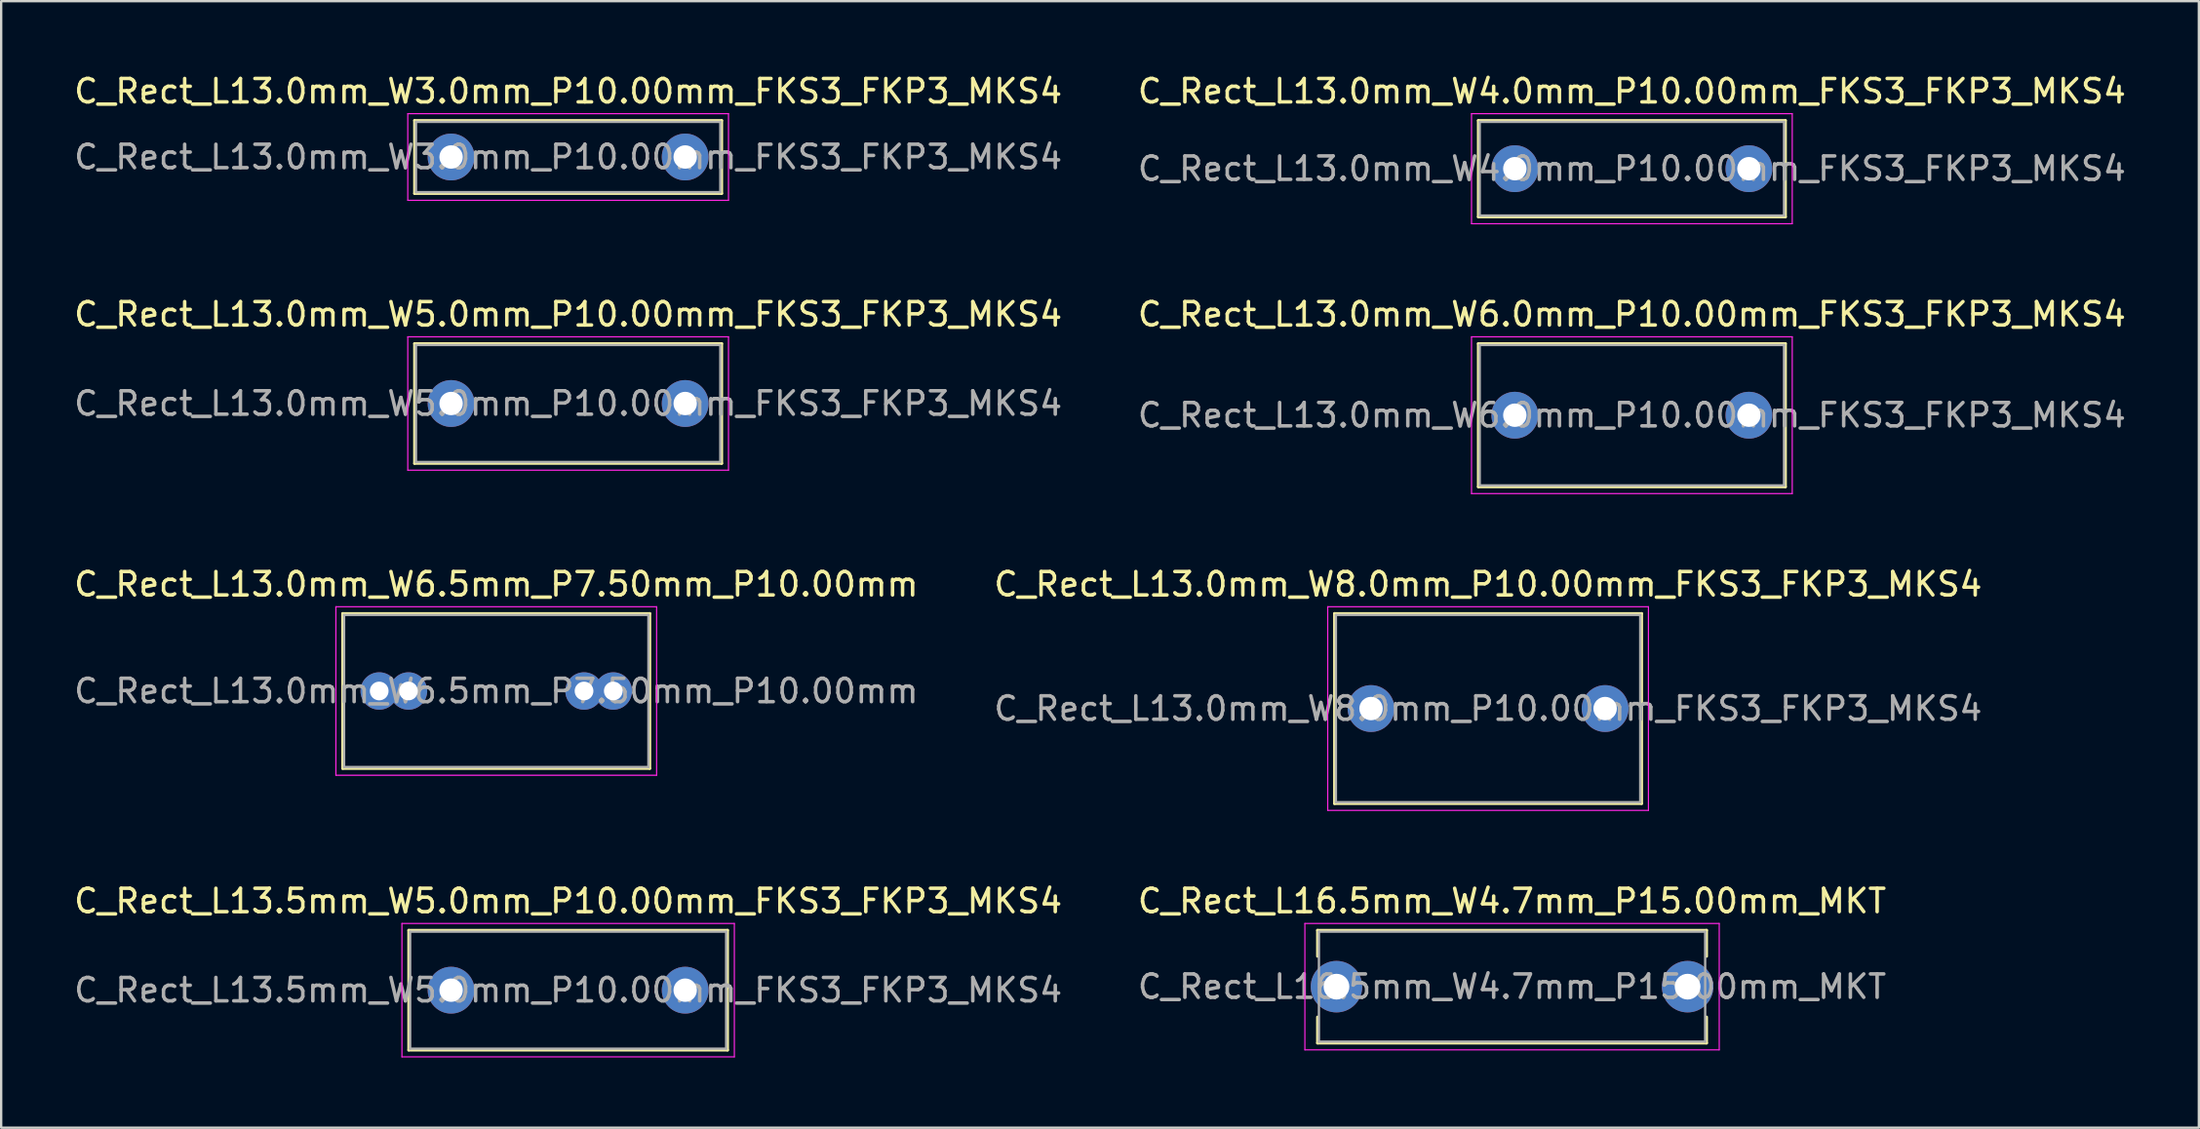
<source format=kicad_pcb>
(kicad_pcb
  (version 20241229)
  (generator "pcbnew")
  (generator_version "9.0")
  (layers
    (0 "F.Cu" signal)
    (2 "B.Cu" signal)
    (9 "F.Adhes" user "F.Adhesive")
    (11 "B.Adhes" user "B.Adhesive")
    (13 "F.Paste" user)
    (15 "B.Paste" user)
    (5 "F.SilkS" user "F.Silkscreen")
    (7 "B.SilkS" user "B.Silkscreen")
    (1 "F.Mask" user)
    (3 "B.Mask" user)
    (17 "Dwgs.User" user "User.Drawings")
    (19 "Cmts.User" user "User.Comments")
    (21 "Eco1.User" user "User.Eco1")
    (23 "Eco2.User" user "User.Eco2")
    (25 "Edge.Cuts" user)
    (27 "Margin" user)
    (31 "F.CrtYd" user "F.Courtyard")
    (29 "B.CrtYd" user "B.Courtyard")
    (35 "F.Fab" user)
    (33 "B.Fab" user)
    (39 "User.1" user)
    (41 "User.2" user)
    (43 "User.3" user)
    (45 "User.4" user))
  (footprint "C_Rect_L13.5mm_W5.0mm_P10.00mm_FKS3_FKP3_MKS4"
    (layer "F.Cu")
    (at 16.22 39.258)
    (property "Reference" "C_Rect_L13.5mm_W5.0mm_P10.00mm_FKS3_FKP3_MKS4" (at 5 -3.81 0) (layer "F.SilkS") (effects (font (size 1 1) (thickness 0.15))))
    (attr through_hole)
    (fp_line (start -1.81 -2.56) (end -1.81 2.56) (stroke (width 0.12) (type solid)) (layer "F.SilkS"))
    (fp_line (start -1.81 -2.56) (end 11.81 -2.56) (stroke (width 0.12) (type solid)) (layer "F.SilkS"))
    (fp_line (start -1.81 2.56) (end 11.81 2.56) (stroke (width 0.12) (type solid)) (layer "F.SilkS"))
    (fp_line (start 11.81 -2.56) (end 11.81 2.56) (stroke (width 0.12) (type solid)) (layer "F.SilkS"))
    (fp_line (start -2.1 -2.85) (end -2.1 2.85) (stroke (width 0.05) (type solid)) (layer "F.CrtYd"))
    (fp_line (start -2.1 2.85) (end 12.1 2.85) (stroke (width 0.05) (type solid)) (layer "F.CrtYd"))
    (fp_line (start 12.1 -2.85) (end -2.1 -2.85) (stroke (width 0.05) (type solid)) (layer "F.CrtYd"))
    (fp_line (start 12.1 2.85) (end 12.1 -2.85) (stroke (width 0.05) (type solid)) (layer "F.CrtYd"))
    (fp_line (start -1.75 -2.5) (end -1.75 2.5) (stroke (width 0.1) (type solid)) (layer "F.Fab"))
    (fp_line (start -1.75 2.5) (end 11.75 2.5) (stroke (width 0.1) (type solid)) (layer "F.Fab"))
    (fp_line (start 11.75 -2.5) (end -1.75 -2.5) (stroke (width 0.1) (type solid)) (layer "F.Fab"))
    (fp_line (start 11.75 2.5) (end 11.75 -2.5) (stroke (width 0.1) (type solid)) (layer "F.Fab"))
    (fp_text user "${REFERENCE}" (at 5 0 0) (layer "F.Fab") (effects (font (size 1 1) (thickness 0.15))))
    (pad "1" thru_hole circle (at 0 0) (size 2 2) (drill 1) (layers "*.Cu" "*.Mask"))
    (pad "2" thru_hole circle (at 10 0) (size 2 2) (drill 1) (layers "*.Cu" "*.Mask")))
  (footprint "C_Rect_L16.5mm_W4.7mm_P15.00mm_MKT"
    (layer "F.Cu")
    (at 54.042 39.108)
    (property "Reference" "C_Rect_L16.5mm_W4.7mm_P15.00mm_MKT" (at 7.5 -3.66 0) (layer "F.SilkS") (effects (font (size 1 1) (thickness 0.15))))
    (attr through_hole)
    (fp_line (start -0.81 -2.41) (end -0.81 -1.296) (stroke (width 0.12) (type solid)) (layer "F.SilkS"))
    (fp_line (start -0.81 -2.41) (end 15.81 -2.41) (stroke (width 0.12) (type solid)) (layer "F.SilkS"))
    (fp_line (start -0.81 1.296) (end -0.81 2.41) (stroke (width 0.12) (type solid)) (layer "F.SilkS"))
    (fp_line (start -0.81 2.41) (end 15.81 2.41) (stroke (width 0.12) (type solid)) (layer "F.SilkS"))
    (fp_line (start 15.81 -2.41) (end 15.81 -1.296) (stroke (width 0.12) (type solid)) (layer "F.SilkS"))
    (fp_line (start 15.81 1.296) (end 15.81 2.41) (stroke (width 0.12) (type solid)) (layer "F.SilkS"))
    (fp_line (start -1.35 -2.7) (end -1.35 2.7) (stroke (width 0.05) (type solid)) (layer "F.CrtYd"))
    (fp_line (start -1.35 2.7) (end 16.35 2.7) (stroke (width 0.05) (type solid)) (layer "F.CrtYd"))
    (fp_line (start 16.35 -2.7) (end -1.35 -2.7) (stroke (width 0.05) (type solid)) (layer "F.CrtYd"))
    (fp_line (start 16.35 2.7) (end 16.35 -2.7) (stroke (width 0.05) (type solid)) (layer "F.CrtYd"))
    (fp_line (start -0.75 -2.35) (end -0.75 2.35) (stroke (width 0.1) (type solid)) (layer "F.Fab"))
    (fp_line (start -0.75 2.35) (end 15.75 2.35) (stroke (width 0.1) (type solid)) (layer "F.Fab"))
    (fp_line (start 15.75 -2.35) (end -0.75 -2.35) (stroke (width 0.1) (type solid)) (layer "F.Fab"))
    (fp_line (start 15.75 2.35) (end 15.75 -2.35) (stroke (width 0.1) (type solid)) (layer "F.Fab"))
    (fp_text user "${REFERENCE}" (at 7.5 0 0) (layer "F.Fab") (effects (font (size 1 1) (thickness 0.15))))
    (pad "1" thru_hole circle (at 0 0) (size 2.2 2.2) (drill 1.1) (layers "*.Cu" "*.Mask"))
    (pad "2" thru_hole circle (at 15 0) (size 2.2 2.2) (drill 1.1) (layers "*.Cu" "*.Mask")))
  (footprint "C_Rect_L13.0mm_W4.0mm_P10.00mm_FKS3_FKP3_MKS4"
    (layer "F.Cu")
    (at 61.661 4.158)
    (property "Reference" "C_Rect_L13.0mm_W4.0mm_P10.00mm_FKS3_FKP3_MKS4" (at 5 -3.31 0) (layer "F.SilkS") (effects (font (size 1 1) (thickness 0.15))))
    (attr through_hole)
    (fp_line (start -1.56 -2.06) (end -1.56 2.06) (stroke (width 0.12) (type solid)) (layer "F.SilkS"))
    (fp_line (start -1.56 -2.06) (end 11.56 -2.06) (stroke (width 0.12) (type solid)) (layer "F.SilkS"))
    (fp_line (start -1.56 2.06) (end 11.56 2.06) (stroke (width 0.12) (type solid)) (layer "F.SilkS"))
    (fp_line (start 11.56 -2.06) (end 11.56 2.06) (stroke (width 0.12) (type solid)) (layer "F.SilkS"))
    (fp_line (start -1.85 -2.35) (end -1.85 2.35) (stroke (width 0.05) (type solid)) (layer "F.CrtYd"))
    (fp_line (start -1.85 2.35) (end 11.85 2.35) (stroke (width 0.05) (type solid)) (layer "F.CrtYd"))
    (fp_line (start 11.85 -2.35) (end -1.85 -2.35) (stroke (width 0.05) (type solid)) (layer "F.CrtYd"))
    (fp_line (start 11.85 2.35) (end 11.85 -2.35) (stroke (width 0.05) (type solid)) (layer "F.CrtYd"))
    (fp_line (start -1.5 -2) (end -1.5 2) (stroke (width 0.1) (type solid)) (layer "F.Fab"))
    (fp_line (start -1.5 2) (end 11.5 2) (stroke (width 0.1) (type solid)) (layer "F.Fab"))
    (fp_line (start 11.5 -2) (end -1.5 -2) (stroke (width 0.1) (type solid)) (layer "F.Fab"))
    (fp_line (start 11.5 2) (end 11.5 -2) (stroke (width 0.1) (type solid)) (layer "F.Fab"))
    (fp_text user "${REFERENCE}" (at 5 0 0) (layer "F.Fab") (effects (font (size 1 1) (thickness 0.15))))
    (pad "1" thru_hole circle (at 0 0) (size 2 2) (drill 1) (layers "*.Cu" "*.Mask"))
    (pad "2" thru_hole circle (at 10 0) (size 2 2) (drill 1) (layers "*.Cu" "*.Mask")))
  (footprint "C_Rect_L13.0mm_W5.0mm_P10.00mm_FKS3_FKP3_MKS4"
    (layer "F.Cu")
    (at 16.22 14.191)
    (property "Reference" "C_Rect_L13.0mm_W5.0mm_P10.00mm_FKS3_FKP3_MKS4" (at 5 -3.81 0) (layer "F.SilkS") (effects (font (size 1 1) (thickness 0.15))))
    (attr through_hole)
    (fp_line (start -1.56 -2.56) (end -1.56 2.56) (stroke (width 0.12) (type solid)) (layer "F.SilkS"))
    (fp_line (start -1.56 -2.56) (end 11.56 -2.56) (stroke (width 0.12) (type solid)) (layer "F.SilkS"))
    (fp_line (start -1.56 2.56) (end 11.56 2.56) (stroke (width 0.12) (type solid)) (layer "F.SilkS"))
    (fp_line (start 11.56 -2.56) (end 11.56 2.56) (stroke (width 0.12) (type solid)) (layer "F.SilkS"))
    (fp_line (start -1.85 -2.85) (end -1.85 2.85) (stroke (width 0.05) (type solid)) (layer "F.CrtYd"))
    (fp_line (start -1.85 2.85) (end 11.85 2.85) (stroke (width 0.05) (type solid)) (layer "F.CrtYd"))
    (fp_line (start 11.85 -2.85) (end -1.85 -2.85) (stroke (width 0.05) (type solid)) (layer "F.CrtYd"))
    (fp_line (start 11.85 2.85) (end 11.85 -2.85) (stroke (width 0.05) (type solid)) (layer "F.CrtYd"))
    (fp_line (start -1.5 -2.5) (end -1.5 2.5) (stroke (width 0.1) (type solid)) (layer "F.Fab"))
    (fp_line (start -1.5 2.5) (end 11.5 2.5) (stroke (width 0.1) (type solid)) (layer "F.Fab"))
    (fp_line (start 11.5 -2.5) (end -1.5 -2.5) (stroke (width 0.1) (type solid)) (layer "F.Fab"))
    (fp_line (start 11.5 2.5) (end 11.5 -2.5) (stroke (width 0.1) (type solid)) (layer "F.Fab"))
    (fp_text user "${REFERENCE}" (at 5 0 0) (layer "F.Fab") (effects (font (size 1 1) (thickness 0.15))))
    (pad "1" thru_hole circle (at 0 0) (size 2 2) (drill 1) (layers "*.Cu" "*.Mask"))
    (pad "2" thru_hole circle (at 10 0) (size 2 2) (drill 1) (layers "*.Cu" "*.Mask")))
  (footprint "C_Rect_L13.0mm_W6.5mm_P7.50mm_P10.00mm"
    (layer "F.Cu")
    (at 13.149 26.475)
    (property "Reference" "C_Rect_L13.0mm_W6.5mm_P7.50mm_P10.00mm" (at 5 -4.56 0) (layer "F.SilkS") (effects (font (size 1 1) (thickness 0.15))))
    (attr through_hole)
    (fp_line (start -1.56 -3.31) (end -1.56 3.31) (stroke (width 0.12) (type solid)) (layer "F.SilkS"))
    (fp_line (start -1.56 -3.31) (end 11.56 -3.31) (stroke (width 0.12) (type solid)) (layer "F.SilkS"))
    (fp_line (start -1.56 3.31) (end 11.56 3.31) (stroke (width 0.12) (type solid)) (layer "F.SilkS"))
    (fp_line (start 11.56 -3.31) (end 11.56 3.31) (stroke (width 0.12) (type solid)) (layer "F.SilkS"))
    (fp_line (start -1.85 -3.6) (end -1.85 3.6) (stroke (width 0.05) (type solid)) (layer "F.CrtYd"))
    (fp_line (start -1.85 3.6) (end 11.85 3.6) (stroke (width 0.05) (type solid)) (layer "F.CrtYd"))
    (fp_line (start 11.85 -3.6) (end -1.85 -3.6) (stroke (width 0.05) (type solid)) (layer "F.CrtYd"))
    (fp_line (start 11.85 3.6) (end 11.85 -3.6) (stroke (width 0.05) (type solid)) (layer "F.CrtYd"))
    (fp_line (start -1.5 -3.25) (end -1.5 3.25) (stroke (width 0.1) (type solid)) (layer "F.Fab"))
    (fp_line (start -1.5 3.25) (end 11.5 3.25) (stroke (width 0.1) (type solid)) (layer "F.Fab"))
    (fp_line (start 11.5 -3.25) (end -1.5 -3.25) (stroke (width 0.1) (type solid)) (layer "F.Fab"))
    (fp_line (start 11.5 3.25) (end 11.5 -3.25) (stroke (width 0.1) (type solid)) (layer "F.Fab"))
    (fp_text user "${REFERENCE}" (at 5 0 0) (layer "F.Fab") (effects (font (size 1 1) (thickness 0.15))))
    (pad "1" thru_hole circle (at 0 0) (size 1.6 1.6) (drill 0.8) (layers "*.Cu" "*.Mask"))
    (pad "1" thru_hole circle (at 1.25 0) (size 1.6 1.6) (drill 0.8) (layers "*.Cu" "*.Mask"))
    (pad "2" thru_hole circle (at 8.75 0) (size 1.6 1.6) (drill 0.8) (layers "*.Cu" "*.Mask"))
    (pad "2" thru_hole circle (at 10 0) (size 1.6 1.6) (drill 0.8) (layers "*.Cu" "*.Mask")))
  (footprint "C_Rect_L13.0mm_W6.0mm_P10.00mm_FKS3_FKP3_MKS4"
    (layer "F.Cu")
    (at 61.661 14.691)
    (property "Reference" "C_Rect_L13.0mm_W6.0mm_P10.00mm_FKS3_FKP3_MKS4" (at 5 -4.31 0) (layer "F.SilkS") (effects (font (size 1 1) (thickness 0.15))))
    (attr through_hole)
    (fp_line (start -1.56 -3.06) (end -1.56 3.06) (stroke (width 0.12) (type solid)) (layer "F.SilkS"))
    (fp_line (start -1.56 -3.06) (end 11.56 -3.06) (stroke (width 0.12) (type solid)) (layer "F.SilkS"))
    (fp_line (start -1.56 3.06) (end 11.56 3.06) (stroke (width 0.12) (type solid)) (layer "F.SilkS"))
    (fp_line (start 11.56 -3.06) (end 11.56 3.06) (stroke (width 0.12) (type solid)) (layer "F.SilkS"))
    (fp_line (start -1.85 -3.35) (end -1.85 3.35) (stroke (width 0.05) (type solid)) (layer "F.CrtYd"))
    (fp_line (start -1.85 3.35) (end 11.85 3.35) (stroke (width 0.05) (type solid)) (layer "F.CrtYd"))
    (fp_line (start 11.85 -3.35) (end -1.85 -3.35) (stroke (width 0.05) (type solid)) (layer "F.CrtYd"))
    (fp_line (start 11.85 3.35) (end 11.85 -3.35) (stroke (width 0.05) (type solid)) (layer "F.CrtYd"))
    (fp_line (start -1.5 -3) (end -1.5 3) (stroke (width 0.1) (type solid)) (layer "F.Fab"))
    (fp_line (start -1.5 3) (end 11.5 3) (stroke (width 0.1) (type solid)) (layer "F.Fab"))
    (fp_line (start 11.5 -3) (end -1.5 -3) (stroke (width 0.1) (type solid)) (layer "F.Fab"))
    (fp_line (start 11.5 3) (end 11.5 -3) (stroke (width 0.1) (type solid)) (layer "F.Fab"))
    (fp_text user "${REFERENCE}" (at 5 0 0) (layer "F.Fab") (effects (font (size 1 1) (thickness 0.15))))
    (pad "1" thru_hole circle (at 0 0) (size 2 2) (drill 1) (layers "*.Cu" "*.Mask"))
    (pad "2" thru_hole circle (at 10 0) (size 2 2) (drill 1) (layers "*.Cu" "*.Mask")))
  (footprint "C_Rect_L13.0mm_W8.0mm_P10.00mm_FKS3_FKP3_MKS4"
    (layer "F.Cu")
    (at 55.518 27.225)
    (property "Reference" "C_Rect_L13.0mm_W8.0mm_P10.00mm_FKS3_FKP3_MKS4" (at 5 -5.31 0) (layer "F.SilkS") (effects (font (size 1 1) (thickness 0.15))))
    (attr through_hole)
    (fp_line (start -1.56 -4.06) (end -1.56 4.06) (stroke (width 0.12) (type solid)) (layer "F.SilkS"))
    (fp_line (start -1.56 -4.06) (end 11.56 -4.06) (stroke (width 0.12) (type solid)) (layer "F.SilkS"))
    (fp_line (start -1.56 4.06) (end 11.56 4.06) (stroke (width 0.12) (type solid)) (layer "F.SilkS"))
    (fp_line (start 11.56 -4.06) (end 11.56 4.06) (stroke (width 0.12) (type solid)) (layer "F.SilkS"))
    (fp_line (start -1.85 -4.35) (end -1.85 4.35) (stroke (width 0.05) (type solid)) (layer "F.CrtYd"))
    (fp_line (start -1.85 4.35) (end 11.85 4.35) (stroke (width 0.05) (type solid)) (layer "F.CrtYd"))
    (fp_line (start 11.85 -4.35) (end -1.85 -4.35) (stroke (width 0.05) (type solid)) (layer "F.CrtYd"))
    (fp_line (start 11.85 4.35) (end 11.85 -4.35) (stroke (width 0.05) (type solid)) (layer "F.CrtYd"))
    (fp_line (start -1.5 -4) (end -1.5 4) (stroke (width 0.1) (type solid)) (layer "F.Fab"))
    (fp_line (start -1.5 4) (end 11.5 4) (stroke (width 0.1) (type solid)) (layer "F.Fab"))
    (fp_line (start 11.5 -4) (end -1.5 -4) (stroke (width 0.1) (type solid)) (layer "F.Fab"))
    (fp_line (start 11.5 4) (end 11.5 -4) (stroke (width 0.1) (type solid)) (layer "F.Fab"))
    (fp_text user "${REFERENCE}" (at 5 0 0) (layer "F.Fab") (effects (font (size 1 1) (thickness 0.15))))
    (pad "1" thru_hole circle (at 0 0) (size 2 2) (drill 1) (layers "*.Cu" "*.Mask"))
    (pad "2" thru_hole circle (at 10 0) (size 2 2) (drill 1) (layers "*.Cu" "*.Mask")))
  (footprint "C_Rect_L13.0mm_W3.0mm_P10.00mm_FKS3_FKP3_MKS4"
    (layer "F.Cu")
    (at 16.22 3.658)
    (property "Reference" "C_Rect_L13.0mm_W3.0mm_P10.00mm_FKS3_FKP3_MKS4" (at 5 -2.81 0) (layer "F.SilkS") (effects (font (size 1 1) (thickness 0.15))))
    (attr through_hole)
    (fp_line (start -1.56 -1.56) (end -1.56 1.56) (stroke (width 0.12) (type solid)) (layer "F.SilkS"))
    (fp_line (start -1.56 -1.56) (end 11.56 -1.56) (stroke (width 0.12) (type solid)) (layer "F.SilkS"))
    (fp_line (start -1.56 1.56) (end 11.56 1.56) (stroke (width 0.12) (type solid)) (layer "F.SilkS"))
    (fp_line (start 11.56 -1.56) (end 11.56 1.56) (stroke (width 0.12) (type solid)) (layer "F.SilkS"))
    (fp_line (start -1.85 -1.85) (end -1.85 1.85) (stroke (width 0.05) (type solid)) (layer "F.CrtYd"))
    (fp_line (start -1.85 1.85) (end 11.85 1.85) (stroke (width 0.05) (type solid)) (layer "F.CrtYd"))
    (fp_line (start 11.85 -1.85) (end -1.85 -1.85) (stroke (width 0.05) (type solid)) (layer "F.CrtYd"))
    (fp_line (start 11.85 1.85) (end 11.85 -1.85) (stroke (width 0.05) (type solid)) (layer "F.CrtYd"))
    (fp_line (start -1.5 -1.5) (end -1.5 1.5) (stroke (width 0.1) (type solid)) (layer "F.Fab"))
    (fp_line (start -1.5 1.5) (end 11.5 1.5) (stroke (width 0.1) (type solid)) (layer "F.Fab"))
    (fp_line (start 11.5 -1.5) (end -1.5 -1.5) (stroke (width 0.1) (type solid)) (layer "F.Fab"))
    (fp_line (start 11.5 1.5) (end 11.5 -1.5) (stroke (width 0.1) (type solid)) (layer "F.Fab"))
    (fp_text user "${REFERENCE}" (at 5 0 0) (layer "F.Fab") (effects (font (size 1 1) (thickness 0.15))))
    (pad "1" thru_hole circle (at 0 0) (size 2 2) (drill 1) (layers "*.Cu" "*.Mask"))
    (pad "2" thru_hole circle (at 10 0) (size 2 2) (drill 1) (layers "*.Cu" "*.Mask")))
  (gr_rect
    (start -3 -3)
    (end 90.881 45.133)
    (stroke (width 0.1) (type default))
    (fill no)
    (layer "Edge.Cuts")))
</source>
